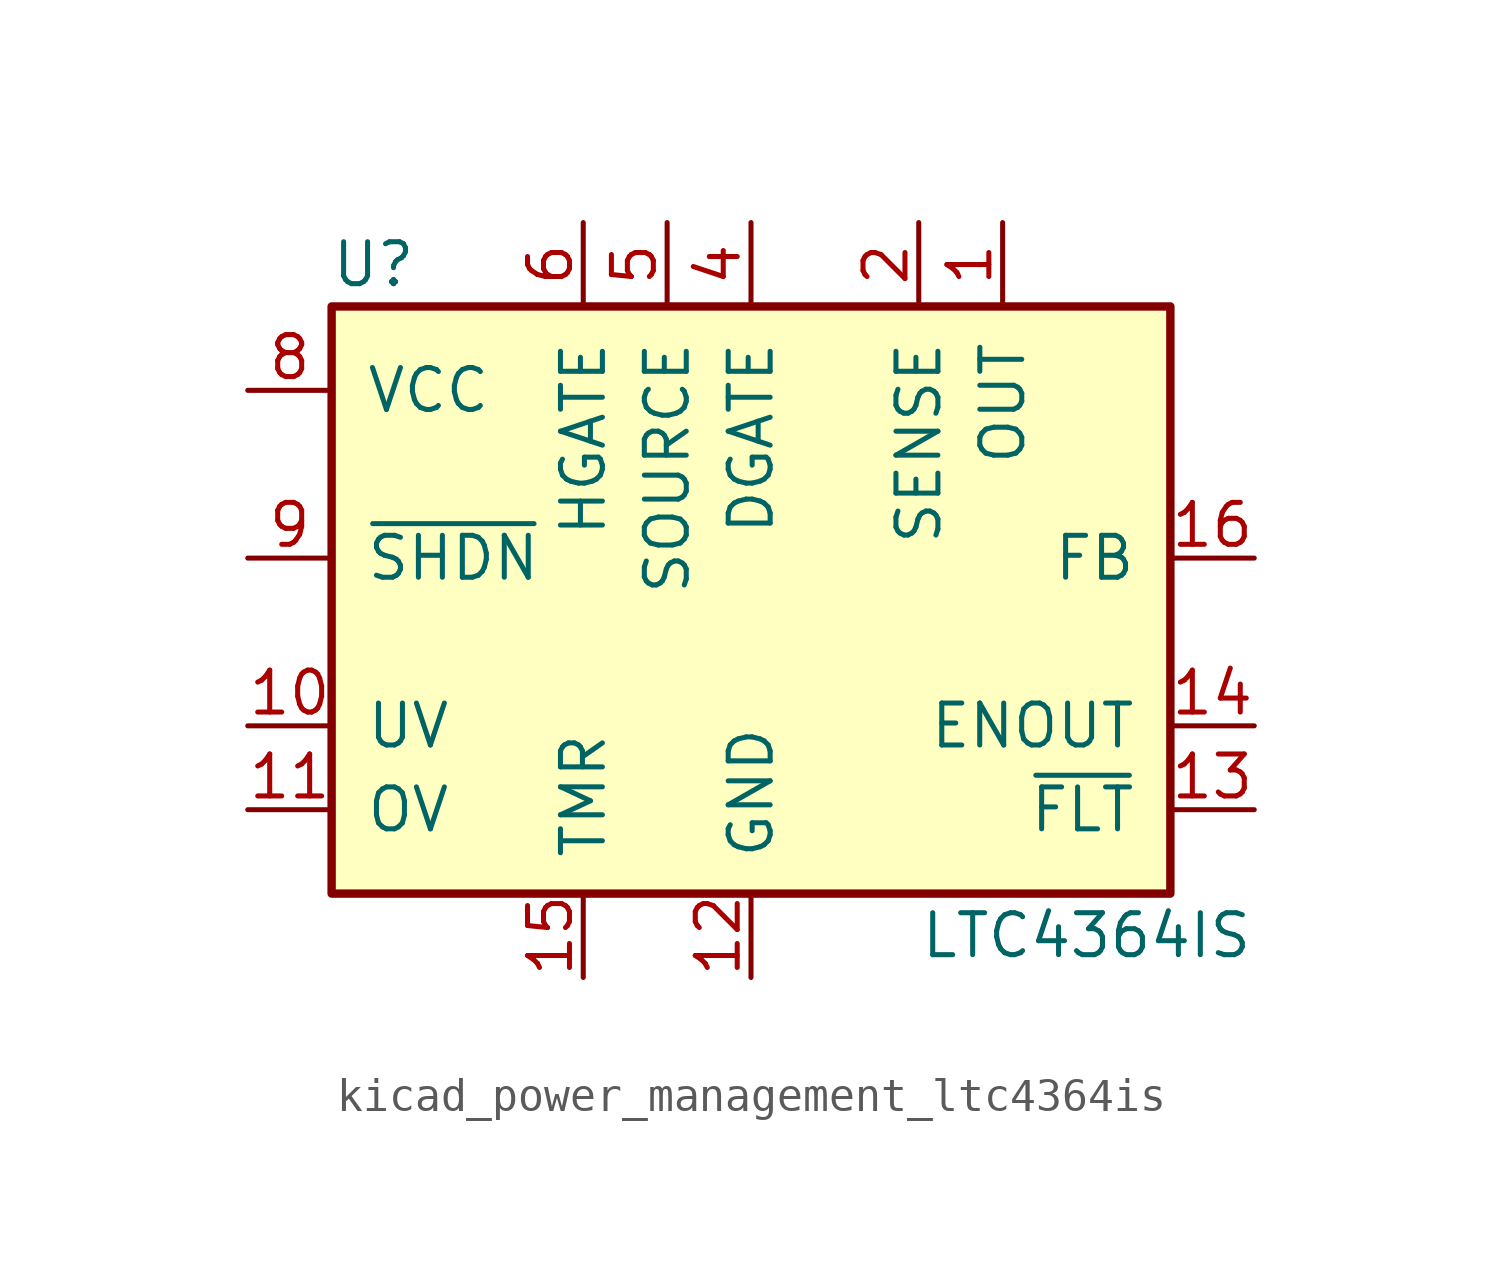
<source format=kicad_sym>
(kicad_symbol_lib
  (version 20220914)
  (generator kicad_symbol_editor)
  (symbol "kicad_power_management_ltc4364is"
    (pin_names
      (offset 1.016))
    (property "Reference" "U"
      (at -11.43 8.89 0)
      (effects (font (size 1.27 1.27))))
    (property "Value" "LTC4364IS"
      (at 10.16 -11.43 0)
      (effects (font (size 1.27 1.27))))
    (symbol "kicad_power_management_ltc4364is_0_1"
      (rectangle (start -12.7 7.62) (end 12.7 -10.16) (stroke (width 0.254) (type default)) (fill (type background))))
    (symbol "kicad_power_management_ltc4364is_1_1"
      (pin input line (at 7.62 10.16 270) (length 2.54) (name "OUT" (effects (font (size 1.27 1.27)))) (number "1" (effects (font (size 1.27 1.27)))))
      (pin input line (at -15.24 -5.08 0) (length 2.54) (name "UV" (effects (font (size 1.27 1.27)))) (number "10" (effects (font (size 1.27 1.27)))))
      (pin input line (at -15.24 -7.62 0) (length 2.54) (name "OV" (effects (font (size 1.27 1.27)))) (number "11" (effects (font (size 1.27 1.27)))))
      (pin power_in line (at 0 -12.7 90) (length 2.54) (name "GND" (effects (font (size 1.27 1.27)))) (number "12" (effects (font (size 1.27 1.27)))))
      (pin open_collector line (at 15.24 -7.62 180) (length 2.54) (name "~{FLT}" (effects (font (size 1.27 1.27)))) (number "13" (effects (font (size 1.27 1.27)))))
      (pin open_collector line (at 15.24 -5.08 180) (length 2.54) (name "ENOUT" (effects (font (size 1.27 1.27)))) (number "14" (effects (font (size 1.27 1.27)))))
      (pin input line (at -5.08 -12.7 90) (length 2.54) (name "TMR" (effects (font (size 1.27 1.27)))) (number "15" (effects (font (size 1.27 1.27)))))
      (pin input line (at 15.24 0 180) (length 2.54) (name "FB" (effects (font (size 1.27 1.27)))) (number "16" (effects (font (size 1.27 1.27)))))
      (pin input line (at 5.08 10.16 270) (length 2.54) (name "SENSE" (effects (font (size 1.27 1.27)))) (number "2" (effects (font (size 1.27 1.27)))))
      (pin no_connect line (at 12.7 2.54 180) (length 2.54) hide (name "NC" (effects (font (size 1.27 1.27)))) (number "3" (effects (font (size 1.27 1.27)))))
      (pin output line (at 0 10.16 270) (length 2.54) (name "DGATE" (effects (font (size 1.27 1.27)))) (number "4" (effects (font (size 1.27 1.27)))))
      (pin input line (at -2.54 10.16 270) (length 2.54) (name "SOURCE" (effects (font (size 1.27 1.27)))) (number "5" (effects (font (size 1.27 1.27)))))
      (pin output line (at -5.08 10.16 270) (length 2.54) (name "HGATE" (effects (font (size 1.27 1.27)))) (number "6" (effects (font (size 1.27 1.27)))))
      (pin no_connect line (at 12.7 5.08 180) (length 2.54) hide (name "NC" (effects (font (size 1.27 1.27)))) (number "7" (effects (font (size 1.27 1.27)))))
      (pin power_in line (at -15.24 5.08 0) (length 2.54) (name "VCC" (effects (font (size 1.27 1.27)))) (number "8" (effects (font (size 1.27 1.27)))))
      (pin input line (at -15.24 0 0) (length 2.54) (name "~{SHDN}" (effects (font (size 1.27 1.27)))) (number "9" (effects (font (size 1.27 1.27))))))))
</source>
